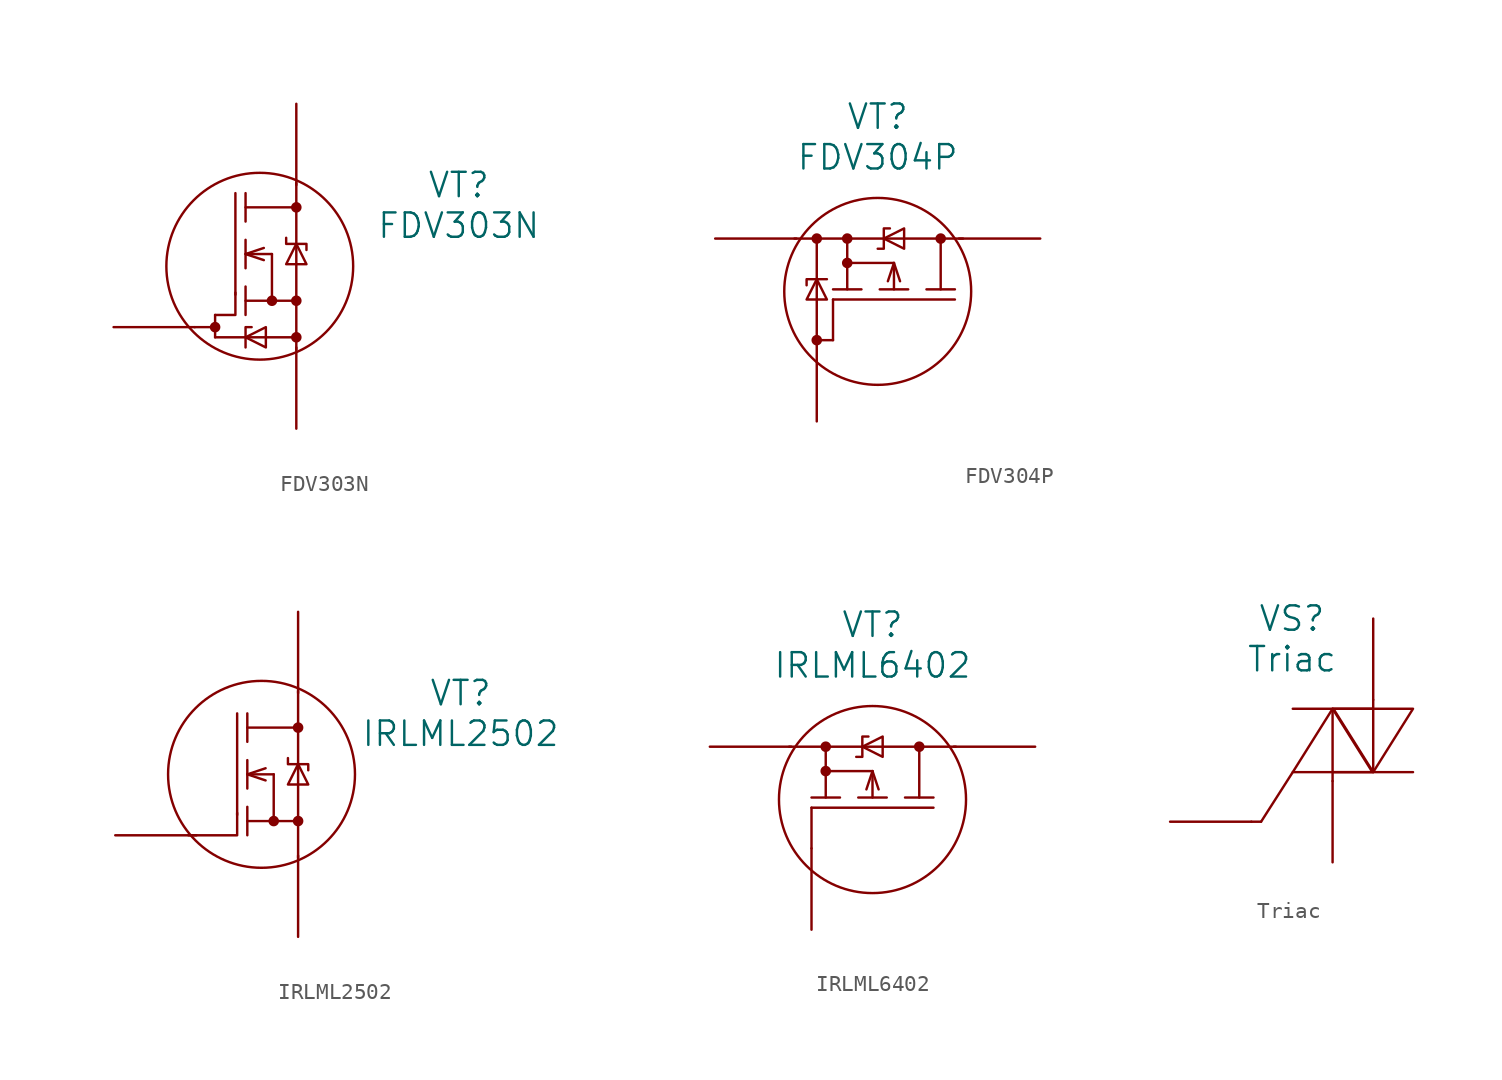
<source format=kicad_sym>
(kicad_symbol_lib
  (version 20220914)
  (generator kicad_symbol_editor)
  (symbol "FDV303N"
    (pin_numbers hide)
    (pin_names
      (offset 1.016) hide)
    (property "Reference" "VT"
      (at 12.7 5.08 0)
      (effects (font (size 1.524 1.524))))
    (property "Value" "FDV303N"
      (at 12.7 2.54 0)
      (effects (font (size 1.524 1.524))))
    (property "Datasheet" ""
      (at -8.89 -3.81 0)
      (effects (font (size 1.524 1.524))))
    (symbol "FDV303N_0_1"
      (polyline (pts (xy -2.54 -4.445) (xy -2.54 -3.048)) (stroke (width 0) (type solid)) (fill (type none)))
      (polyline (pts (xy -2.54 -4.445) (xy 2.54 -4.445)) (stroke (width 0) (type solid)) (fill (type none)))
      (polyline (pts (xy -2.54 -3.81) (xy -3.81 -3.81)) (stroke (width 0) (type solid)) (fill (type none)))
      (polyline (pts (xy -0.635 1.651) (xy -0.635 -0.127)) (stroke (width 0) (type solid)) (fill (type none)))
      (polyline (pts (xy -0.635 3.683) (xy 2.54 3.683)) (stroke (width 0) (type solid)) (fill (type none)))
      (polyline (pts (xy 1.016 -2.159) (xy 1.016 0.762)) (stroke (width 0) (type solid)) (fill (type none)))
      (polyline (pts (xy 1.016 0.762) (xy -0.635 0.762)) (stroke (width 0) (type solid)) (fill (type none)))
      (polyline (pts (xy 2.54 5.207) (xy 2.54 -5.207)) (stroke (width 0) (type solid)) (fill (type none)))
      (polyline (pts (xy -2.54 -3.048) (xy -1.27 -3.048) (xy -1.27 -1.651)) (stroke (width 0) (type solid)) (fill (type none)))
      (polyline (pts (xy -1.27 4.572) (xy -1.27 -1.778) (xy -1.27 -1.778)) (stroke (width 0) (type solid)) (fill (type none)))
      (polyline (pts (xy -0.635 -2.159) (xy 2.54 -2.159) (xy 2.54 -2.159)) (stroke (width 0) (type solid)) (fill (type none)))
      (polyline (pts (xy -0.635 -1.27) (xy -0.635 -2.413) (xy -0.635 -3.048)) (stroke (width 0) (type solid)) (fill (type none)))
      (polyline (pts (xy -0.635 4.572) (xy -0.635 3.175) (xy -0.635 2.794)) (stroke (width 0) (type solid)) (fill (type none)))
      (polyline (pts (xy 0.508 0.381) (xy -0.635 0.762) (xy 0.508 1.143)) (stroke (width 0) (type solid)) (fill (type none)))
      (polyline (pts (xy 1.905 1.778) (xy 1.905 1.397) (xy 3.175 1.397) (xy 3.175 1.016)) (stroke (width 0) (type solid)) (fill (type none)))
      (polyline (pts (xy 2.54 1.397) (xy 1.905 0.127) (xy 3.175 0.127) (xy 2.54 1.397)) (stroke (width 0) (type solid)) (fill (type none)))
      (circle (center 0.254 0) (radius 5.842) (stroke (width 0) (type solid)) (fill (type none))))
    (symbol "FDV303N_1_1"
      (circle (center -2.54 -3.81) (radius 0.254) (stroke (width 0) (type solid)) (fill (type outline)))
      (polyline (pts (xy -0.635 -5.08) (xy -0.635 -4.445) (xy -0.635 -3.81) (xy -0.254 -3.81)) (stroke (width 0) (type solid)) (fill (type none)))
      (polyline (pts (xy -0.635 -4.445) (xy 0.635 -5.08) (xy 0.635 -3.81) (xy -0.635 -4.445)) (stroke (width 0) (type solid)) (fill (type none)))
      (circle (center 1.016 -2.159) (radius 0.254) (stroke (width 0) (type solid)) (fill (type outline)))
      (circle (center 2.54 -4.445) (radius 0.254) (stroke (width 0) (type solid)) (fill (type outline)))
      (circle (center 2.54 -2.159) (radius 0.254) (stroke (width 0) (type solid)) (fill (type outline)))
      (circle (center 2.54 3.683) (radius 0.254) (stroke (width 0) (type solid)) (fill (type outline)))
      (pin passive line (at -8.89 -3.81 0) (length 5.08) (name "G" (effects (font (size 1.27 1.27)))) (number "1" (effects (font (size 1.27 1.27)))))
      (pin passive line (at 2.54 -10.16 90) (length 5.08) (name "S" (effects (font (size 1.27 1.27)))) (number "2" (effects (font (size 1.27 1.27)))))
      (pin passive line (at 2.54 10.16 270) (length 5.08) (name "D" (effects (font (size 1.27 1.27)))) (number "3" (effects (font (size 1.27 1.27)))))))
  (symbol "FDV304P"
    (pin_numbers hide)
    (pin_names
      (offset 1.016) hide)
    (property "Reference" "VT"
      (at 0 10.16 0)
      (effects (font (size 1.524 1.524))))
    (property "Value" "FDV304P"
      (at 0 7.62 0)
      (effects (font (size 1.524 1.524))))
    (property "Datasheet" ""
      (at 26.67 -6.35 0)
      (effects (font (size 1.524 1.524))))
    (symbol "FDV304P_0_1"
      (polyline (pts (xy -3.81 -3.81) (xy -3.81 2.54)) (stroke (width 0) (type solid)) (fill (type none)))
      (polyline (pts (xy -2.794 -3.81) (xy -3.81 -3.81)) (stroke (width 0) (type solid)) (fill (type none))))
    (symbol "FDV304P_1_1"
      (circle (center -3.81 -3.81) (radius 0.254) (stroke (width 0) (type solid)) (fill (type outline)))
      (circle (center -3.81 2.54) (radius 0.254) (stroke (width 0) (type solid)) (fill (type outline)))
      (circle (center -1.905 1.016) (radius 0.254) (stroke (width 0) (type solid)) (fill (type outline)))
      (circle (center -1.905 2.54) (radius 0.254) (stroke (width 0) (type solid)) (fill (type outline)))
      (circle (center 0 -0.762) (radius 5.842) (stroke (width 0) (type solid)) (fill (type none)))
      (polyline (pts (xy -5.207 2.54) (xy 5.334 2.54)) (stroke (width 0) (type solid)) (fill (type none)))
      (polyline (pts (xy -2.794 -1.27) (xy -2.794 -3.81)) (stroke (width 0) (type solid)) (fill (type none)))
      (polyline (pts (xy -1.905 -0.635) (xy -1.905 2.54)) (stroke (width 0) (type solid)) (fill (type none)))
      (polyline (pts (xy 0.127 -0.635) (xy 1.905 -0.635)) (stroke (width 0) (type solid)) (fill (type none)))
      (polyline (pts (xy 1.016 -0.635) (xy 1.016 1.016)) (stroke (width 0) (type solid)) (fill (type none)))
      (polyline (pts (xy 1.016 1.016) (xy -1.905 1.016)) (stroke (width 0) (type solid)) (fill (type none)))
      (polyline (pts (xy -2.794 -1.27) (xy 4.826 -1.27) (xy 4.826 -1.27)) (stroke (width 0) (type solid)) (fill (type none)))
      (polyline (pts (xy -2.794 -0.635) (xy -1.397 -0.635) (xy -1.016 -0.635)) (stroke (width 0) (type solid)) (fill (type none)))
      (polyline (pts (xy 1.397 -0.127) (xy 1.016 1.016) (xy 0.635 -0.127)) (stroke (width 0) (type solid)) (fill (type none)))
      (polyline (pts (xy 3.048 -0.635) (xy 4.191 -0.635) (xy 4.826 -0.635)) (stroke (width 0) (type solid)) (fill (type none)))
      (polyline (pts (xy 3.937 -0.635) (xy 3.937 2.54) (xy 3.937 2.54)) (stroke (width 0) (type solid)) (fill (type none)))
      (polyline (pts (xy -3.81 0) (xy -3.175 -1.27) (xy -4.445 -1.27) (xy -3.81 0)) (stroke (width 0) (type solid)) (fill (type none)))
      (polyline (pts (xy -3.175 0) (xy -3.81 0) (xy -4.445 0) (xy -4.445 -0.381)) (stroke (width 0) (type solid)) (fill (type none)))
      (polyline (pts (xy 0 1.905) (xy 0.381 1.905) (xy 0.381 3.175) (xy 0.762 3.175)) (stroke (width 0) (type solid)) (fill (type none)))
      (polyline (pts (xy 0.381 2.54) (xy 1.651 1.905) (xy 1.651 3.175) (xy 0.381 2.54)) (stroke (width 0) (type solid)) (fill (type none)))
      (circle (center 3.937 2.54) (radius 0.254) (stroke (width 0) (type solid)) (fill (type outline)))
      (pin passive line (at -3.81 -8.89 90) (length 5.08) (name "G" (effects (font (size 1.27 1.27)))) (number "1" (effects (font (size 1.27 1.27)))))
      (pin passive line (at -10.16 2.54 0) (length 5.08) (name "S" (effects (font (size 1.27 1.27)))) (number "2" (effects (font (size 1.27 1.27)))))
      (pin passive line (at 10.16 2.54 180) (length 5.08) (name "D" (effects (font (size 1.27 1.27)))) (number "3" (effects (font (size 1.27 1.27)))))))
  (symbol "IRLML2502"
    (pin_numbers hide)
    (pin_names
      (offset 1.016) hide)
    (property "Reference" "VT"
      (at 12.7 5.08 0)
      (effects (font (size 1.524 1.524))))
    (property "Value" "IRLML2502"
      (at 12.7 2.54 0)
      (effects (font (size 1.524 1.524))))
    (property "Datasheet" ""
      (at -8.89 -3.81 0)
      (effects (font (size 1.524 1.524))))
    (symbol "IRLML2502_0_1"
      (polyline (pts (xy -0.635 0.889) (xy -0.635 -0.889)) (stroke (width 0) (type solid)) (fill (type none)))
      (polyline (pts (xy -0.635 2.921) (xy 2.54 2.921)) (stroke (width 0) (type solid)) (fill (type none)))
      (polyline (pts (xy 1.016 -2.921) (xy 1.016 0)) (stroke (width 0) (type solid)) (fill (type none)))
      (polyline (pts (xy 1.016 0) (xy -0.635 0)) (stroke (width 0) (type solid)) (fill (type none)))
      (polyline (pts (xy 2.54 5.207) (xy 2.54 -5.207)) (stroke (width 0) (type solid)) (fill (type none)))
      (polyline (pts (xy -4.318 -3.81) (xy -1.27 -3.81) (xy -1.27 -2.413)) (stroke (width 0) (type solid)) (fill (type none)))
      (polyline (pts (xy -1.27 3.81) (xy -1.27 -2.54) (xy -1.27 -2.54)) (stroke (width 0) (type solid)) (fill (type none)))
      (polyline (pts (xy -0.635 -2.921) (xy 2.54 -2.921) (xy 2.54 -2.921)) (stroke (width 0) (type solid)) (fill (type none)))
      (polyline (pts (xy -0.635 -2.032) (xy -0.635 -3.175) (xy -0.635 -3.81)) (stroke (width 0) (type solid)) (fill (type none)))
      (polyline (pts (xy -0.635 3.81) (xy -0.635 2.413) (xy -0.635 2.032)) (stroke (width 0) (type solid)) (fill (type none)))
      (polyline (pts (xy 0.508 -0.381) (xy -0.635 0) (xy 0.508 0.381)) (stroke (width 0) (type solid)) (fill (type none)))
      (polyline (pts (xy 1.905 1.016) (xy 1.905 0.635) (xy 3.175 0.635) (xy 3.175 0.254)) (stroke (width 0) (type solid)) (fill (type none)))
      (polyline (pts (xy 2.54 0.635) (xy 1.905 -0.635) (xy 3.175 -0.635) (xy 2.54 0.635)) (stroke (width 0) (type solid)) (fill (type none)))
      (circle (center 0.254 0) (radius 5.842) (stroke (width 0) (type solid)) (fill (type none))))
    (symbol "IRLML2502_1_1"
      (circle (center 1.016 -2.921) (radius 0.254) (stroke (width 0) (type solid)) (fill (type outline)))
      (circle (center 2.54 -2.921) (radius 0.254) (stroke (width 0) (type solid)) (fill (type outline)))
      (circle (center 2.54 2.921) (radius 0.254) (stroke (width 0) (type solid)) (fill (type outline)))
      (pin passive line (at -8.89 -3.81 0) (length 5.08) (name "G" (effects (font (size 1.27 1.27)))) (number "1" (effects (font (size 1.27 1.27)))))
      (pin passive line (at 2.54 -10.16 90) (length 5.08) (name "S" (effects (font (size 1.27 1.27)))) (number "2" (effects (font (size 1.27 1.27)))))
      (pin passive line (at 2.54 10.16 270) (length 5.08) (name "D" (effects (font (size 1.27 1.27)))) (number "3" (effects (font (size 1.27 1.27)))))))
  (symbol "IRLML6402"
    (pin_numbers hide)
    (pin_names
      (offset 1.016) hide)
    (property "Reference" "VT"
      (at 0 10.16 0)
      (effects (font (size 1.524 1.524))))
    (property "Value" "IRLML6402"
      (at 0 7.62 0)
      (effects (font (size 1.524 1.524))))
    (property "Datasheet" ""
      (at 3.81 -8.89 90)
      (effects (font (size 1.524 1.524))))
    (symbol "IRLML6402_0_1"
      (circle (center 0 -0.762) (radius 5.842) (stroke (width 0) (type solid)) (fill (type none)))
      (polyline (pts (xy -5.207 2.54) (xy 5.207 2.54)) (stroke (width 0) (type solid)) (fill (type none)))
      (polyline (pts (xy -3.81 -1.27) (xy -3.81 -3.81)) (stroke (width 0) (type solid)) (fill (type none)))
      (polyline (pts (xy -2.921 -0.635) (xy -2.921 2.54)) (stroke (width 0) (type solid)) (fill (type none)))
      (polyline (pts (xy -0.889 -0.635) (xy 0.889 -0.635)) (stroke (width 0) (type solid)) (fill (type none)))
      (polyline (pts (xy 0 -0.635) (xy 0 1.016)) (stroke (width 0) (type solid)) (fill (type none)))
      (polyline (pts (xy 0 1.016) (xy -2.921 1.016)) (stroke (width 0) (type solid)) (fill (type none)))
      (polyline (pts (xy -3.81 -1.27) (xy 3.81 -1.27) (xy 3.81 -1.27)) (stroke (width 0) (type solid)) (fill (type none)))
      (polyline (pts (xy -3.81 -0.635) (xy -2.413 -0.635) (xy -2.032 -0.635)) (stroke (width 0) (type solid)) (fill (type none)))
      (polyline (pts (xy 0.381 -0.127) (xy 0 1.016) (xy -0.381 -0.127)) (stroke (width 0) (type solid)) (fill (type none)))
      (polyline (pts (xy 2.032 -0.635) (xy 3.175 -0.635) (xy 3.81 -0.635)) (stroke (width 0) (type solid)) (fill (type none)))
      (polyline (pts (xy 2.921 -0.635) (xy 2.921 2.54) (xy 2.921 2.54)) (stroke (width 0) (type solid)) (fill (type none)))
      (polyline (pts (xy -1.016 1.905) (xy -0.635 1.905) (xy -0.635 3.175) (xy -0.254 3.175)) (stroke (width 0) (type solid)) (fill (type none)))
      (polyline (pts (xy -0.635 2.54) (xy 0.635 1.905) (xy 0.635 3.175) (xy -0.635 2.54)) (stroke (width 0) (type solid)) (fill (type none))))
    (symbol "IRLML6402_1_1"
      (circle (center -2.921 1.016) (radius 0.254) (stroke (width 0) (type solid)) (fill (type outline)))
      (circle (center -2.921 2.54) (radius 0.254) (stroke (width 0) (type solid)) (fill (type outline)))
      (circle (center 2.921 2.54) (radius 0.254) (stroke (width 0) (type solid)) (fill (type outline)))
      (pin passive line (at -3.81 -8.89 90) (length 5.08) (name "G" (effects (font (size 1.27 1.27)))) (number "1" (effects (font (size 1.27 1.27)))))
      (pin passive line (at -10.16 2.54 0) (length 5.08) (name "S" (effects (font (size 1.27 1.27)))) (number "2" (effects (font (size 1.27 1.27)))))
      (pin passive line (at 10.16 2.54 180) (length 5.08) (name "D" (effects (font (size 1.27 1.27)))) (number "3" (effects (font (size 1.27 1.27)))))))
  (symbol "Triac"
    (pin_numbers hide)
    (pin_names
      (offset 1.016) hide)
    (property "Reference" "VS"
      (at -3.81 7.62 0)
      (effects (font (size 1.524 1.524))))
    (property "Value" "Triac"
      (at -3.81 5.08 0)
      (effects (font (size 1.524 1.524))))
    (property "Datasheet" ""
      (at 3.048 0 0)
      (effects (font (size 1.524 1.524))))
    (symbol "Triac_0_1"
      (polyline (pts (xy -5.74 -5.08) (xy -6.35 -5.08)) (stroke (width 0) (type solid)) (fill (type none)))
      (polyline (pts (xy -5.74 -5.08) (xy -3.759 -1.981)) (stroke (width 0) (type solid)) (fill (type none)))
      (polyline (pts (xy 1.219 1.981) (xy -3.759 1.981)) (stroke (width 0) (type solid)) (fill (type none)))
      (polyline (pts (xy 3.759 -1.981) (xy -1.219 -1.981)) (stroke (width 0) (type solid)) (fill (type none)))
      (polyline (pts (xy -1.27 -2.54) (xy -1.27 1.981) (xy -1.27 -0.711)) (stroke (width 0) (type solid)) (fill (type none)))
      (polyline (pts (xy 1.27 2.54) (xy 1.27 -1.981) (xy 1.27 0.711)) (stroke (width 0) (type solid)) (fill (type none)))
      (polyline (pts (xy 1.219 -1.981) (xy -1.372 -1.981) (xy -3.759 -1.981) (xy -1.27 1.981) (xy 1.219 -1.981)) (stroke (width 0) (type solid)) (fill (type none)))
      (polyline (pts (xy 3.759 1.981) (xy 1.168 1.981) (xy -1.219 1.981) (xy 1.27 -1.981) (xy 3.759 1.981)) (stroke (width 0) (type solid)) (fill (type none))))
    (symbol "Triac_1_1"
      (pin passive line (at -1.27 -7.62 90) (length 5.08) (name "A1" (effects (font (size 1.27 1.27)))) (number "1" (effects (font (size 1.27 1.27)))))
      (pin open_collector line (at 1.27 7.62 270) (length 5.08) (name "A2" (effects (font (size 1.27 1.27)))) (number "2" (effects (font (size 1.27 1.27)))))
      (pin passive line (at -11.43 -5.08 0) (length 5.08) (name "G" (effects (font (size 1.27 1.27)))) (number "3" (effects (font (size 1.27 1.27))))))))
</source>
